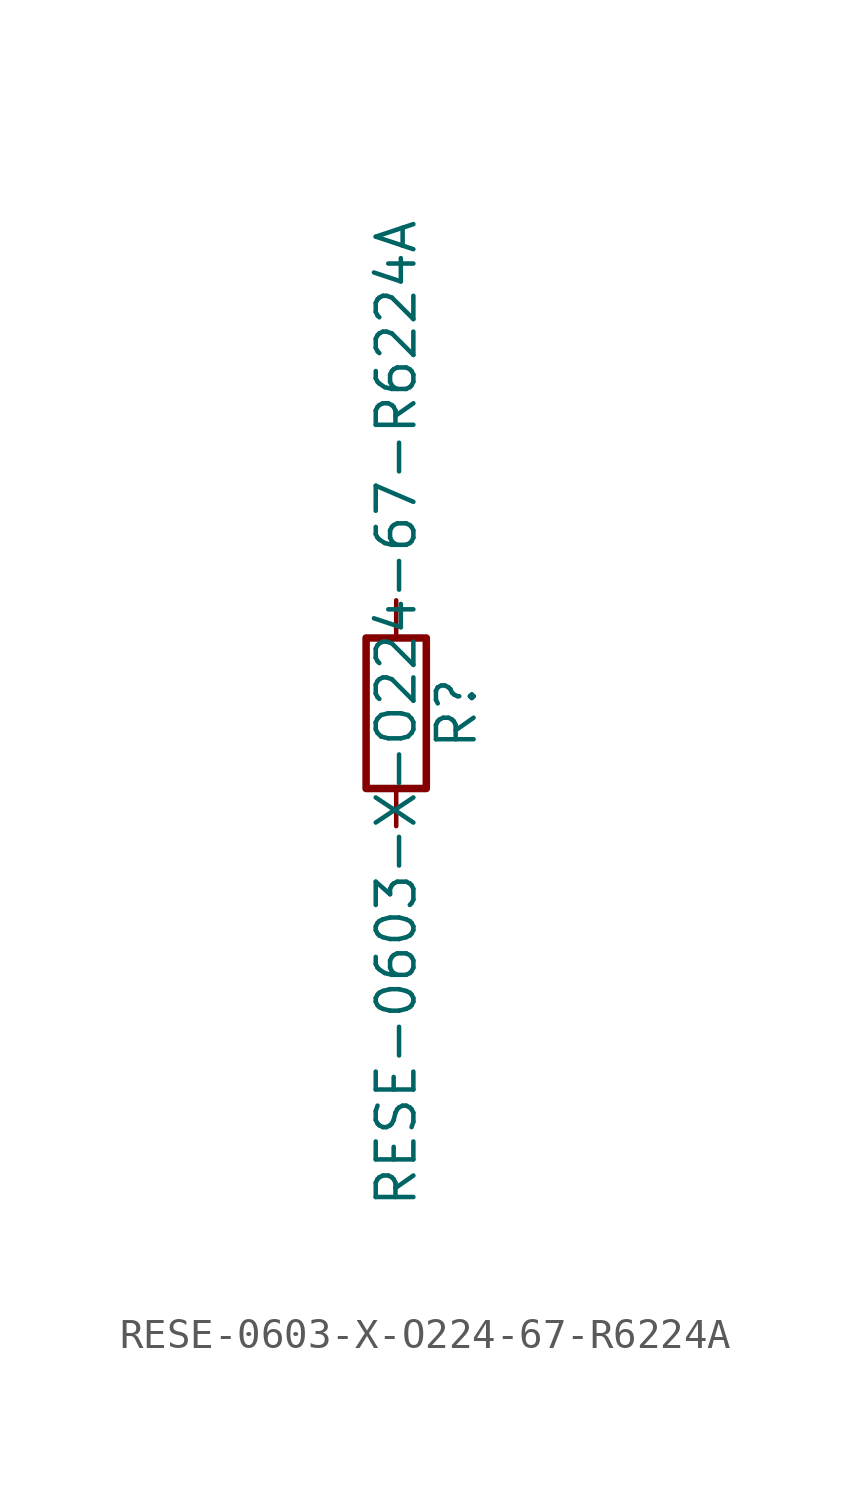
<source format=kicad_sym>
(kicad_symbol_lib
  (version 20211014)
  (generator kicad_symbol_editor)
  (symbol "RESE-0603-X-O224-67-R6224A"
    (pin_numbers hide)
    (pin_names
      (offset 0))
    (property "Reference" "R"
      (at 2.032 0 90)
      (effects (font (size 1.27 1.27))))
    (property "Value" "RESE-0603-X-O224-67-R6224A"
      (at 0 0 90)
      (effects (font (size 1.27 1.27))))
    (symbol "RESE-0603-X-O224-67-R6224A_0_1"
      (rectangle (start -1.016 -2.54) (end 1.016 2.54) (stroke (width 0.254) (type default) (color 0 0 0 0)) (fill (type none))))
    (symbol "RESE-0603-X-O224-67-R6224A_1_1"
      (pin passive line (at 0 3.81 270) (length 1.27) (name "~" (effects (font (size 1.27 1.27)))) (number "1" (effects (font (size 1.27 1.27)))))
      (pin passive line (at 0 -3.81 90) (length 1.27) (name "~" (effects (font (size 1.27 1.27)))) (number "2" (effects (font (size 1.27 1.27))))))))
</source>
